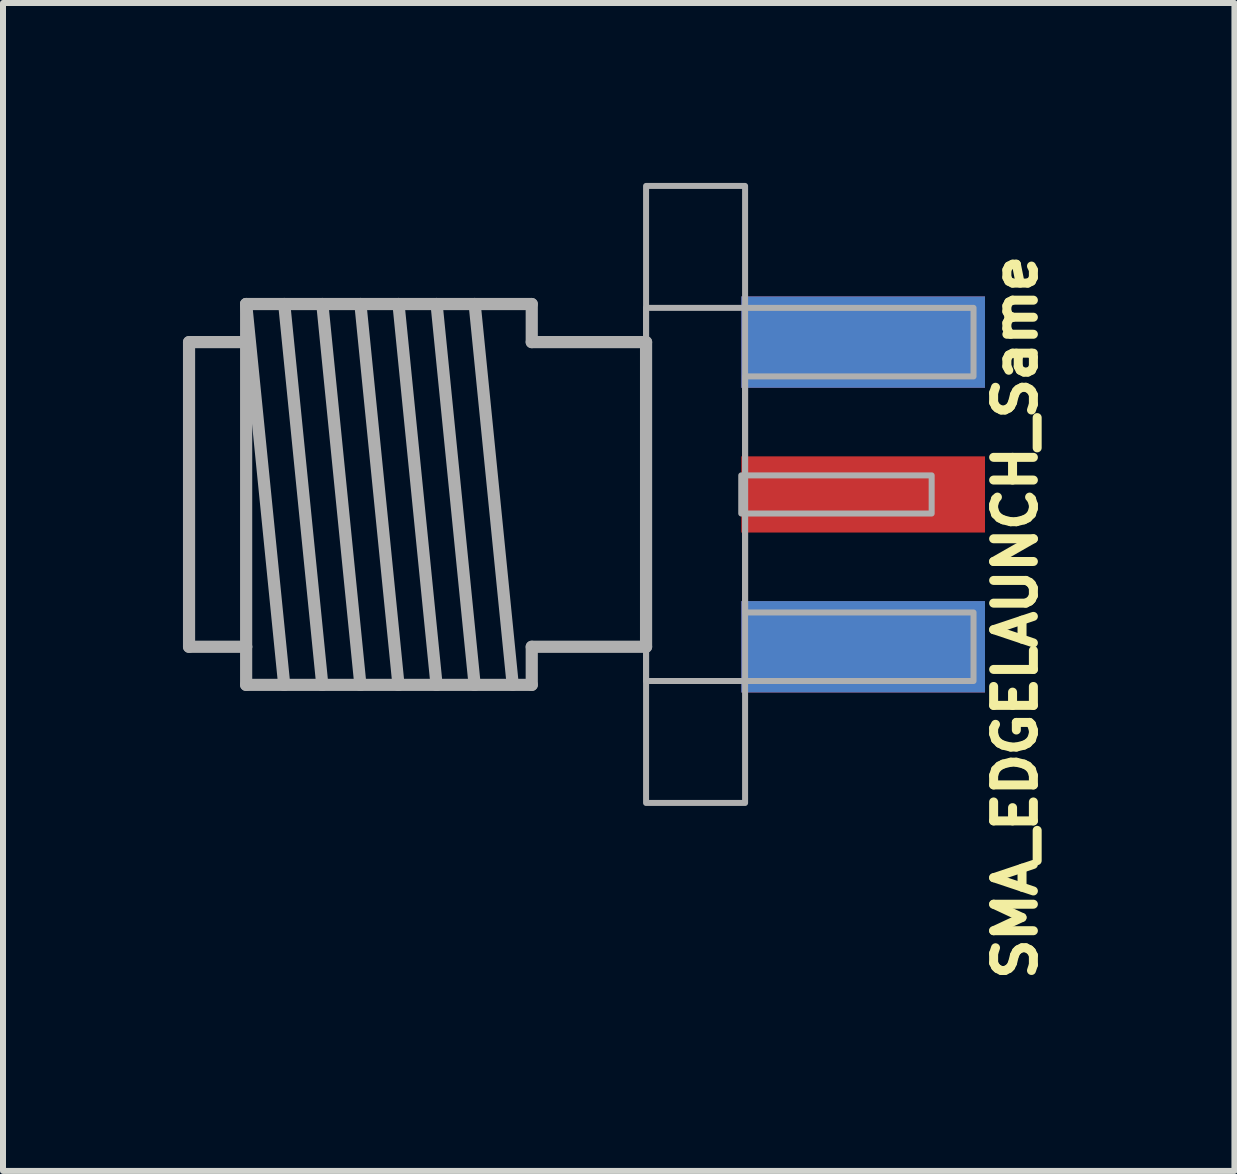
<source format=kicad_pcb>
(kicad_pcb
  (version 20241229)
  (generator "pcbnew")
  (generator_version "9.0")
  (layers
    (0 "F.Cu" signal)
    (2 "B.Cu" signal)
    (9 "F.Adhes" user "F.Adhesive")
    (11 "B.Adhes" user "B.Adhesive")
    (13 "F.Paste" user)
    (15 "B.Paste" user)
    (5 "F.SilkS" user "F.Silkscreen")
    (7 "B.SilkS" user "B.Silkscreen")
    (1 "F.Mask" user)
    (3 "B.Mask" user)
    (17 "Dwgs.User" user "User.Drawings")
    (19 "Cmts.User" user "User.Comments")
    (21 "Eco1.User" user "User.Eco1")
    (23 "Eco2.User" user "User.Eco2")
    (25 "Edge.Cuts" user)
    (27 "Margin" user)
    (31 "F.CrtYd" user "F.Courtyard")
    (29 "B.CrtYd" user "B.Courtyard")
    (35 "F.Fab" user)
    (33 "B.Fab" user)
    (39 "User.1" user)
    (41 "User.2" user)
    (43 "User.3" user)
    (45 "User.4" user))
  (footprint "SMA_EDGELAUNCH_Same"
    (layer "F.Cu")
    (at 9.309 5.194)
    (property "Reference" "SMA_EDGELAUNCH_Same" (at 4.572 -4.064 90) (layer "F.SilkS") (effects (font (size 0.663 0.663) (thickness 0.15)) (justify right)))
    (fp_line (start -9.207 -2.54) (end -8.255 -2.54) (stroke (width 0.203) (type solid)) (layer "F.Fab"))
    (fp_line (start -9.207 2.54) (end -9.207 -2.54) (stroke (width 0.203) (type solid)) (layer "F.Fab"))
    (fp_line (start -8.255 -3.175) (end -7.62 -3.175) (stroke (width 0.203) (type solid)) (layer "F.Fab"))
    (fp_line (start -8.255 -3.175) (end -7.62 3.175) (stroke (width 0.203) (type solid)) (layer "F.Fab"))
    (fp_line (start -8.255 -2.54) (end -8.255 -3.175) (stroke (width 0.203) (type solid)) (layer "F.Fab"))
    (fp_line (start -8.255 -2.54) (end -8.255 2.54) (stroke (width 0.203) (type solid)) (layer "F.Fab"))
    (fp_line (start -8.255 2.54) (end -9.207 2.54) (stroke (width 0.203) (type solid)) (layer "F.Fab"))
    (fp_line (start -8.255 3.175) (end -8.255 2.54) (stroke (width 0.203) (type solid)) (layer "F.Fab"))
    (fp_line (start -7.62 -3.175) (end -6.985 -3.175) (stroke (width 0.203) (type solid)) (layer "F.Fab"))
    (fp_line (start -7.62 -3.175) (end -6.985 3.175) (stroke (width 0.203) (type solid)) (layer "F.Fab"))
    (fp_line (start -7.62 3.175) (end -8.255 3.175) (stroke (width 0.203) (type solid)) (layer "F.Fab"))
    (fp_line (start -6.985 -3.175) (end -6.35 -3.175) (stroke (width 0.203) (type solid)) (layer "F.Fab"))
    (fp_line (start -6.985 -3.175) (end -6.35 3.175) (stroke (width 0.203) (type solid)) (layer "F.Fab"))
    (fp_line (start -6.985 3.175) (end -7.62 3.175) (stroke (width 0.203) (type solid)) (layer "F.Fab"))
    (fp_line (start -6.35 -3.175) (end -5.715 -3.175) (stroke (width 0.203) (type solid)) (layer "F.Fab"))
    (fp_line (start -6.35 -3.175) (end -5.715 3.175) (stroke (width 0.203) (type solid)) (layer "F.Fab"))
    (fp_line (start -6.35 3.175) (end -6.985 3.175) (stroke (width 0.203) (type solid)) (layer "F.Fab"))
    (fp_line (start -5.715 -3.175) (end -5.08 -3.175) (stroke (width 0.203) (type solid)) (layer "F.Fab"))
    (fp_line (start -5.715 -3.175) (end -5.08 3.175) (stroke (width 0.203) (type solid)) (layer "F.Fab"))
    (fp_line (start -5.715 3.175) (end -6.35 3.175) (stroke (width 0.203) (type solid)) (layer "F.Fab"))
    (fp_line (start -5.08 -3.175) (end -4.445 -3.175) (stroke (width 0.203) (type solid)) (layer "F.Fab"))
    (fp_line (start -5.08 -3.175) (end -4.445 3.175) (stroke (width 0.203) (type solid)) (layer "F.Fab"))
    (fp_line (start -5.08 3.175) (end -5.715 3.175) (stroke (width 0.203) (type solid)) (layer "F.Fab"))
    (fp_line (start -4.445 -3.175) (end -3.81 3.175) (stroke (width 0.203) (type solid)) (layer "F.Fab"))
    (fp_line (start -4.445 -3.175) (end -3.493 -3.175) (stroke (width 0.203) (type solid)) (layer "F.Fab"))
    (fp_line (start -4.445 3.175) (end -5.08 3.175) (stroke (width 0.203) (type solid)) (layer "F.Fab"))
    (fp_line (start -3.493 -3.175) (end -3.493 -2.54) (stroke (width 0.203) (type solid)) (layer "F.Fab"))
    (fp_line (start -3.493 -2.54) (end -1.587 -2.54) (stroke (width 0.203) (type solid)) (layer "F.Fab"))
    (fp_line (start -3.493 2.54) (end -3.493 3.175) (stroke (width 0.203) (type solid)) (layer "F.Fab"))
    (fp_line (start -3.493 3.175) (end -4.445 3.175) (stroke (width 0.203) (type solid)) (layer "F.Fab"))
    (fp_line (start -1.587 -2.54) (end -1.587 2.54) (stroke (width 0.203) (type solid)) (layer "F.Fab"))
    (fp_line (start -1.587 2.54) (end -3.493 2.54) (stroke (width 0.203) (type solid)) (layer "F.Fab"))
    (fp_poly (pts (xy 0 0.318) (xy 3.175 0.318) (xy 3.175 -0.318) (xy 0 -0.318)) (stroke (width 0.1) (type default)) (fill no) (layer "F.Fab"))
    (fp_poly (pts (xy 0.064 5.144) (xy -1.587 5.144) (xy -1.587 -5.144) (xy 0.064 -5.144)) (stroke (width 0.1) (type default)) (fill no) (layer "F.Fab"))
    (fp_poly (pts (xy 3.873 -1.968) (xy 0.064 -1.968) (xy 0.064 1.968) (xy 3.873 1.968) (xy 3.873 3.111) (xy -1.587 3.111) (xy -1.587 -3.111) (xy 3.873 -3.111)) (stroke (width 0.1) (type default)) (fill no) (layer "F.Fab"))
    (pad "GND@1" smd rect (at 2.032 2.54 90) (size 1.524 4.064) (layers "F.Cu" "F.Mask"))
    (pad "GND@2" smd rect (at 2.032 -2.54 90) (size 1.524 4.064) (layers "F.Cu" "F.Mask"))
    (pad "GND@3" smd rect (at 2.032 -2.54 90) (size 1.524 4.064) (layers "B.Cu" "B.Mask"))
    (pad "GND@4" smd rect (at 2.032 2.54 90) (size 1.524 4.064) (layers "B.Cu" "B.Mask"))
    (pad "P" smd rect (at 2.032 0 90) (size 1.27 4.064) (layers "F.Cu" "F.Mask")))
  (gr_rect
    (start -3 -3)
    (end 17.532 16.473)
    (stroke (width 0.1) (type default))
    (fill no)
    (layer "Edge.Cuts")))
</source>
